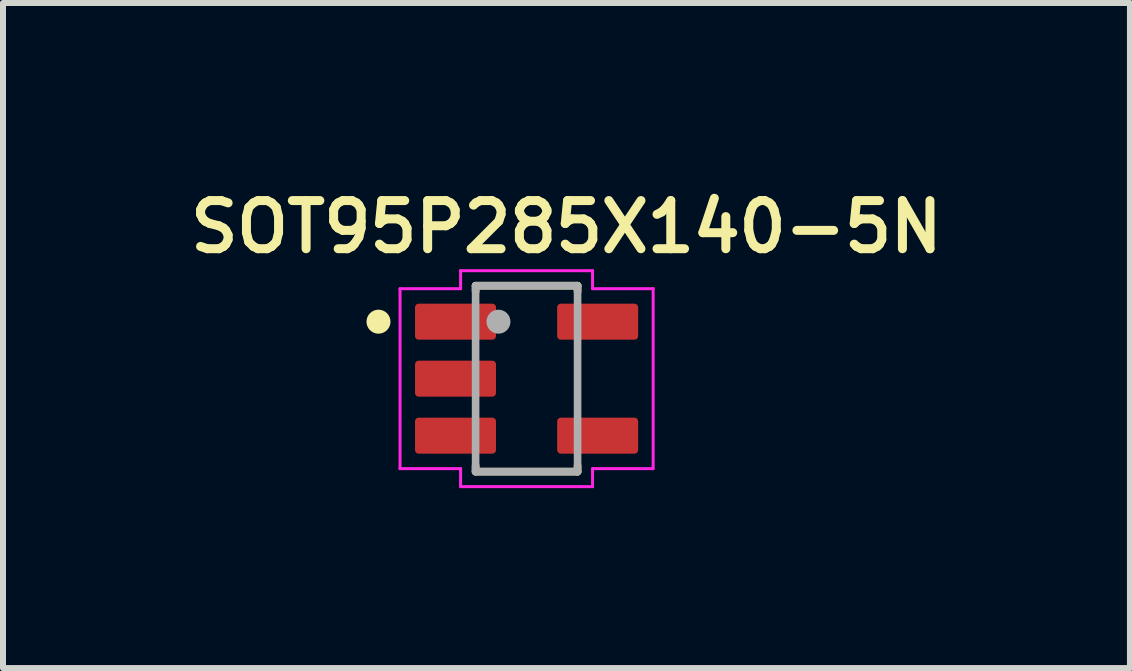
<source format=kicad_pcb>
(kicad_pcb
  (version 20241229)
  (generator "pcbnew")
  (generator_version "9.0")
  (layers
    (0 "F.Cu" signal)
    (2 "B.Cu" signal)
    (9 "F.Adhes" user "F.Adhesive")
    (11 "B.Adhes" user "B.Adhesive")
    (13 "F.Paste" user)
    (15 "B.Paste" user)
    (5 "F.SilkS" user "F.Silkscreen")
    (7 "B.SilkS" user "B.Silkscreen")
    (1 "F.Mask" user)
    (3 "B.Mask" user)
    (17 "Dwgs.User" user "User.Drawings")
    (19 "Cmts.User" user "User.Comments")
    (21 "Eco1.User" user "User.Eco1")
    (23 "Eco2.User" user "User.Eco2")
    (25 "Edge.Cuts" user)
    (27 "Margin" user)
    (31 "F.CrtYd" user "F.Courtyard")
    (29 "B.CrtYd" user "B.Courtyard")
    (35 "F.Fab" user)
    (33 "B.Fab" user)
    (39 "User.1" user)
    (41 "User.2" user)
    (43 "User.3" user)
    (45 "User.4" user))
  (footprint "SOT95P285X140-5N"
    (layer "F.Cu")
    (at 5.729 3.263)
    (property "Reference" "SOT95P285X140-5N" (at 0.664 -2.53 0) (layer "F.SilkS") (effects (font (size 0.803 0.803) (thickness 0.15))))
    (attr through_hole)
    (fp_line (start -0.85 -1.55) (end -0.85 -1.45) (stroke (width 0.127) (type solid)) (layer "F.SilkS"))
    (fp_line (start -0.85 1.55) (end -0.85 1.45) (stroke (width 0.127) (type solid)) (layer "F.SilkS"))
    (fp_line (start 0.85 -1.55) (end -0.85 -1.55) (stroke (width 0.127) (type solid)) (layer "F.SilkS"))
    (fp_line (start 0.85 -1.55) (end 0.85 -1.45) (stroke (width 0.127) (type solid)) (layer "F.SilkS"))
    (fp_line (start 0.85 1.55) (end -0.85 1.55) (stroke (width 0.127) (type solid)) (layer "F.SilkS"))
    (fp_line (start 0.85 1.55) (end 0.85 1.45) (stroke (width 0.127) (type solid)) (layer "F.SilkS"))
    (fp_circle (center -2.469 -0.95) (end -2.369 -0.95) (stroke (width 0.2) (type solid)) (fill no) (layer "F.SilkS"))
    (fp_line (start -2.11 -1.5) (end -2.11 1.5) (stroke (width 0.05) (type solid)) (layer "F.CrtYd"))
    (fp_line (start -2.11 1.5) (end -1.1 1.5) (stroke (width 0.05) (type solid)) (layer "F.CrtYd"))
    (fp_line (start -1.1 -1.8) (end -1.1 -1.5) (stroke (width 0.05) (type solid)) (layer "F.CrtYd"))
    (fp_line (start -1.1 -1.5) (end -2.11 -1.5) (stroke (width 0.05) (type solid)) (layer "F.CrtYd"))
    (fp_line (start -1.1 1.5) (end -1.1 1.8) (stroke (width 0.05) (type solid)) (layer "F.CrtYd"))
    (fp_line (start -1.1 1.8) (end 1.1 1.8) (stroke (width 0.05) (type solid)) (layer "F.CrtYd"))
    (fp_line (start 1.1 -1.8) (end -1.1 -1.8) (stroke (width 0.05) (type solid)) (layer "F.CrtYd"))
    (fp_line (start 1.1 -1.5) (end 1.1 -1.8) (stroke (width 0.05) (type solid)) (layer "F.CrtYd"))
    (fp_line (start 1.1 1.5) (end 2.11 1.5) (stroke (width 0.05) (type solid)) (layer "F.CrtYd"))
    (fp_line (start 1.1 1.8) (end 1.1 1.5) (stroke (width 0.05) (type solid)) (layer "F.CrtYd"))
    (fp_line (start 2.11 -1.5) (end 1.1 -1.5) (stroke (width 0.05) (type solid)) (layer "F.CrtYd"))
    (fp_line (start 2.11 1.5) (end 2.11 -1.5) (stroke (width 0.05) (type solid)) (layer "F.CrtYd"))
    (fp_line (start -0.85 -1.55) (end 0.85 -1.55) (stroke (width 0.127) (type solid)) (layer "F.Fab"))
    (fp_line (start -0.85 1.55) (end -0.85 -1.55) (stroke (width 0.127) (type solid)) (layer "F.Fab"))
    (fp_line (start 0.85 -1.55) (end 0.85 1.55) (stroke (width 0.127) (type solid)) (layer "F.Fab"))
    (fp_line (start 0.85 1.55) (end -0.85 1.55) (stroke (width 0.127) (type solid)) (layer "F.Fab"))
    (fp_circle (center -0.469 -0.95) (end -0.369 -0.95) (stroke (width 0.2) (type solid)) (fill no) (layer "F.Fab"))
    (pad "1" smd roundrect (at -1.185 -0.95) (size 1.35 0.6) (layers "F.Cu" "F.Mask" "F.Paste") (roundrect_rratio 0.1))
    (pad "2" smd roundrect (at -1.185 0) (size 1.35 0.6) (layers "F.Cu" "F.Mask" "F.Paste") (roundrect_rratio 0.1))
    (pad "3" smd roundrect (at -1.185 0.95) (size 1.35 0.6) (layers "F.Cu" "F.Mask" "F.Paste") (roundrect_rratio 0.1))
    (pad "4" smd roundrect (at 1.185 0.95) (size 1.35 0.6) (layers "F.Cu" "F.Mask" "F.Paste") (roundrect_rratio 0.1))
    (pad "5" smd roundrect (at 1.185 -0.95) (size 1.35 0.6) (layers "F.Cu" "F.Mask" "F.Paste") (roundrect_rratio 0.1)))
  (gr_rect
    (start -3 -3)
    (end 15.788 8.088)
    (stroke (width 0.1) (type default))
    (fill no)
    (layer "Edge.Cuts")))
</source>
